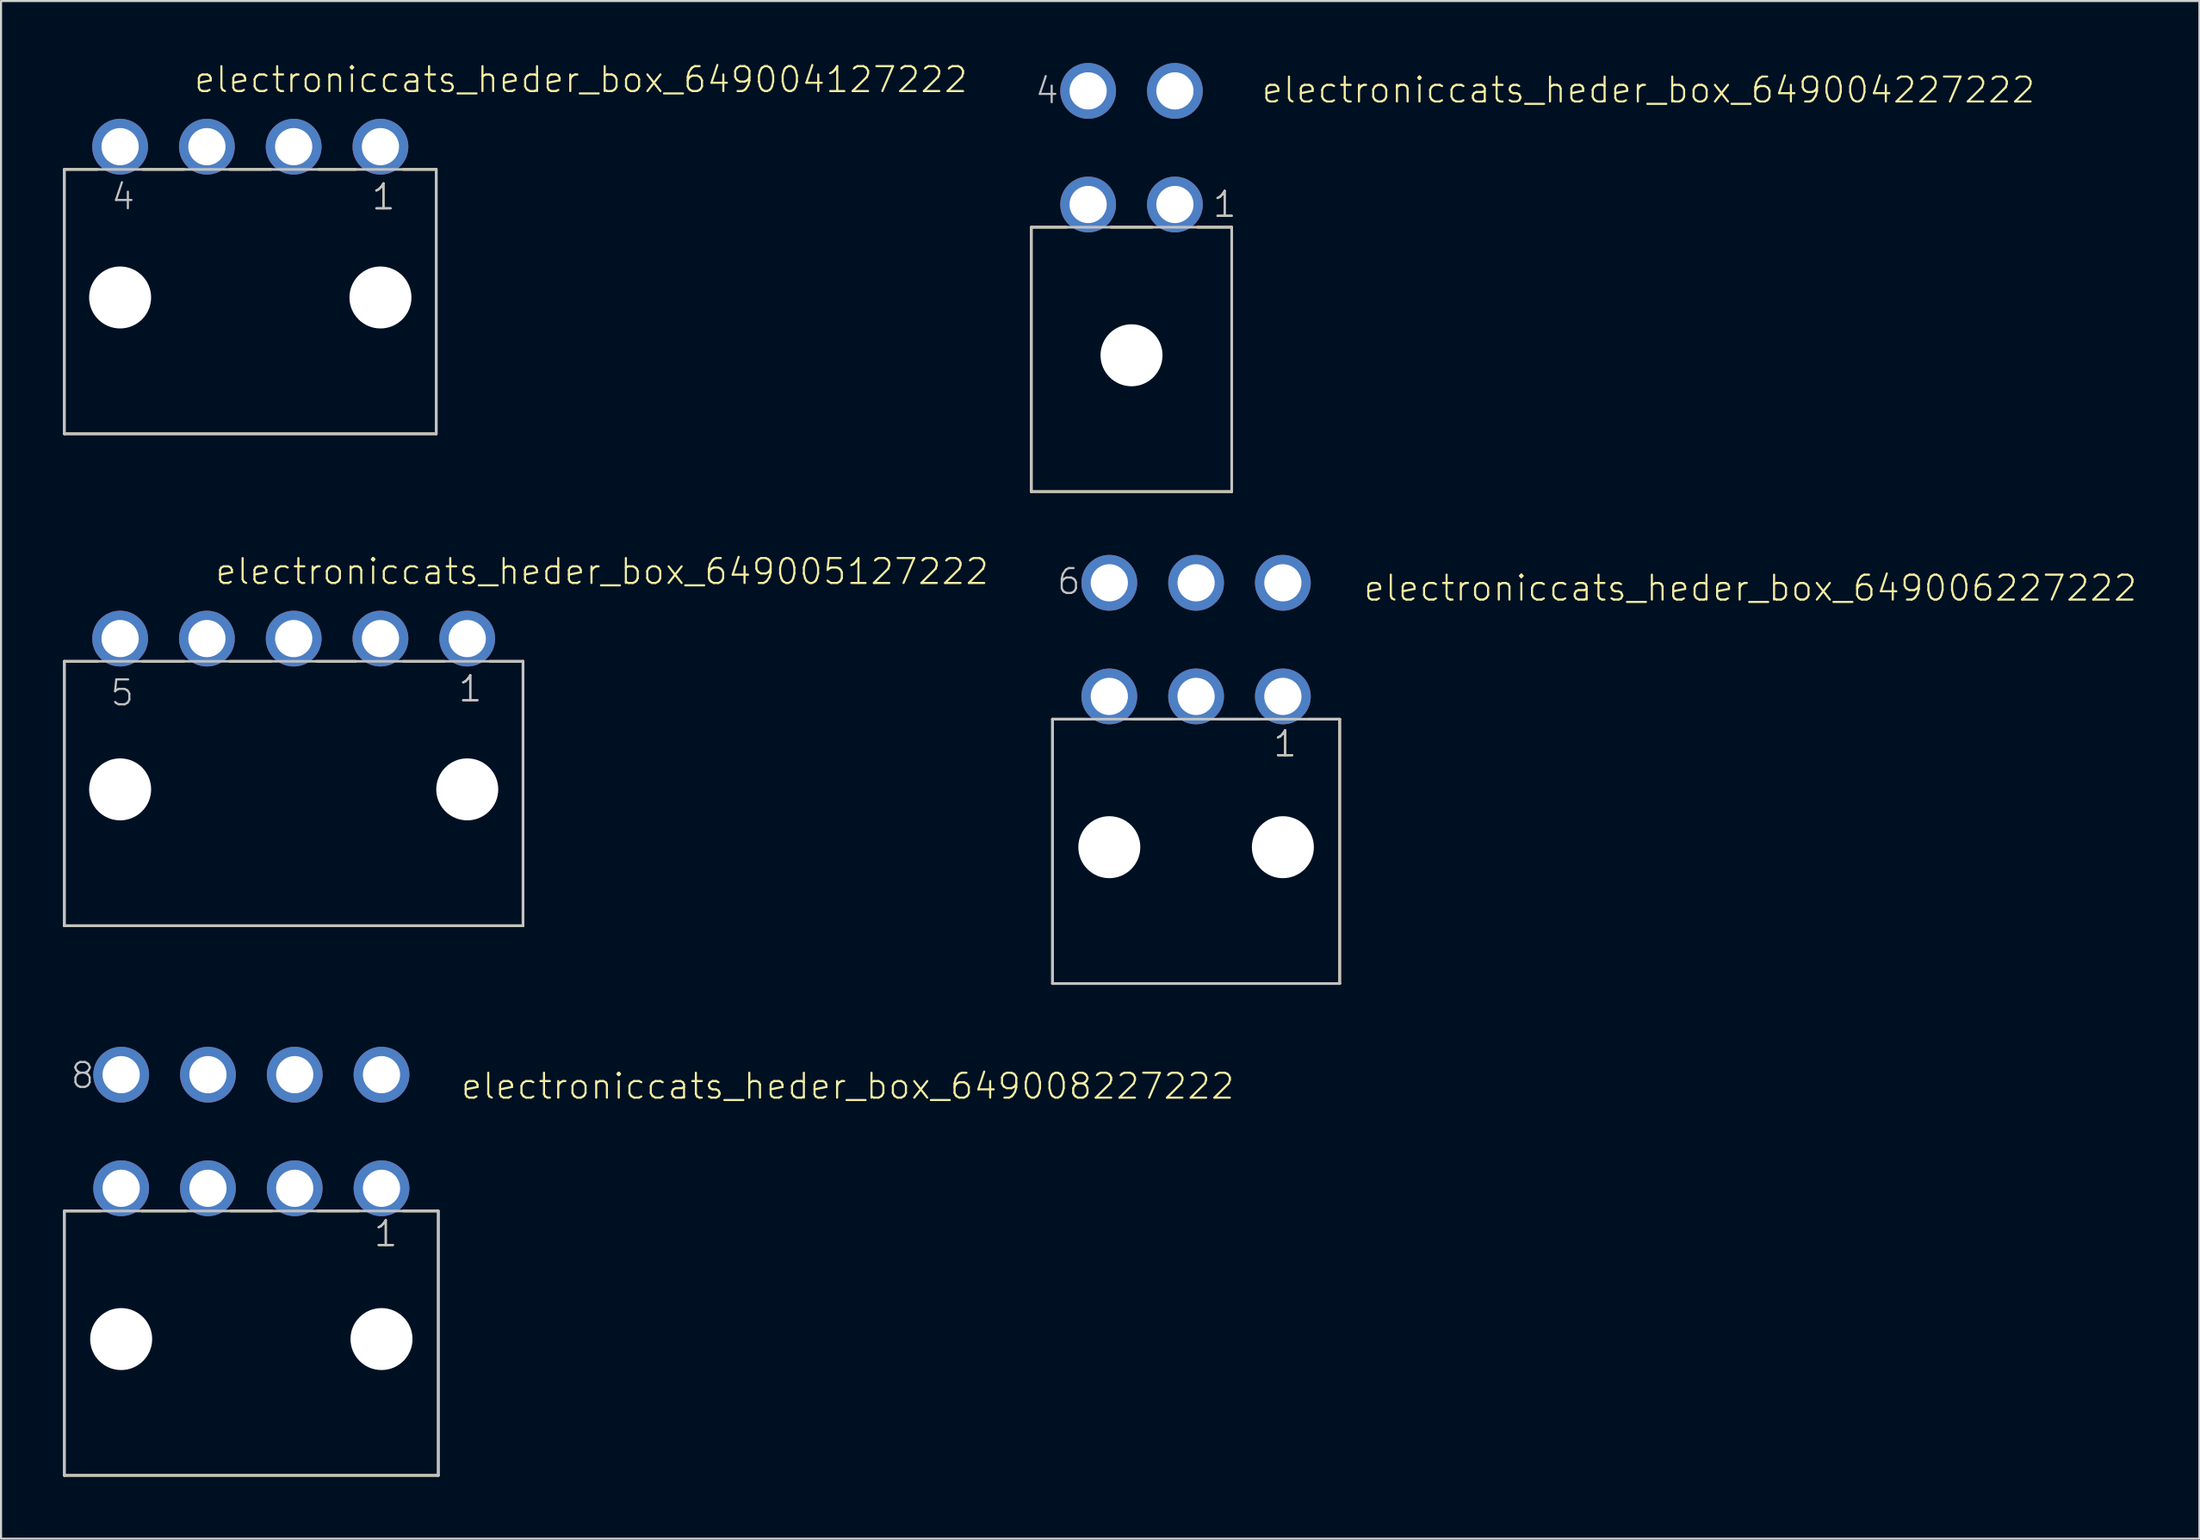
<source format=kicad_pcb>
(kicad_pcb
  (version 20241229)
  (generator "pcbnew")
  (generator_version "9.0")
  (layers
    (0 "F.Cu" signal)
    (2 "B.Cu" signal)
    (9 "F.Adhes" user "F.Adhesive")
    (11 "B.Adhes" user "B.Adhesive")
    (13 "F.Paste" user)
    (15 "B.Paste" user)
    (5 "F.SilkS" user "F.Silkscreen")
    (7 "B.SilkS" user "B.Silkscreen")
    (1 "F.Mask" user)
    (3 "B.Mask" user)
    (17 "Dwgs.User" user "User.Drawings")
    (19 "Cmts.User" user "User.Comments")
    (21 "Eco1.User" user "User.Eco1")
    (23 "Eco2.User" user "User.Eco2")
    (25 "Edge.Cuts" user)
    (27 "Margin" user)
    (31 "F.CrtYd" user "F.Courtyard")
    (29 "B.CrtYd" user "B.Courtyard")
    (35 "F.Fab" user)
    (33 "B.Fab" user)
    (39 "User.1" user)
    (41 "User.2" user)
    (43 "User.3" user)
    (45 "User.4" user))
  (footprint "electroniccats_heder_box_649004227222"
    (layer "F.Cu")
    (at 51.714 14.15)
    (property "Reference" "electroniccats_heder_box_649004227222" (at 6.232 -12.135 0) (layer "F.SilkS") (effects (font (size 1.206 1.206) (thickness 0.102)) (justify left bottom)))
    (attr through_hole)
    (fp_line (start -4.85 -6.2) (end -3.15 -6.2) (stroke (width 0.127) (type solid)) (layer "F.SilkS"))
    (fp_line (start -4.85 6.6) (end -4.85 -6.2) (stroke (width 0.127) (type solid)) (layer "F.SilkS"))
    (fp_line (start -1 -6.2) (end 1 -6.2) (stroke (width 0.127) (type solid)) (layer "F.SilkS"))
    (fp_line (start 3.2 -6.2) (end 4.85 -6.2) (stroke (width 0.127) (type solid)) (layer "F.SilkS"))
    (fp_line (start 4.85 -6.2) (end 4.85 6.6) (stroke (width 0.127) (type solid)) (layer "F.SilkS"))
    (fp_line (start 4.85 6.6) (end -4.85 6.6) (stroke (width 0.127) (type solid)) (layer "F.SilkS"))
    (fp_line (start -4.85 -6.2) (end 4.85 -6.2) (stroke (width 0.127) (type solid)) (layer "Dwgs.User"))
    (fp_line (start -4.85 6.6) (end -4.85 -6.2) (stroke (width 0.127) (type solid)) (layer "Dwgs.User"))
    (fp_line (start 4.85 -6.2) (end 4.85 6.6) (stroke (width 0.127) (type solid)) (layer "Dwgs.User"))
    (fp_line (start 4.85 6.6) (end -4.85 6.6) (stroke (width 0.127) (type solid)) (layer "Dwgs.User"))
    (fp_text user "1" (at 3.865 -6.6 0) (layer "F.SilkS") (effects (font (size 1.206 1.206) (thickness 0.102)) (justify left bottom)))
    (fp_text user "1" (at 3.865 -6.6 0) (layer "Dwgs.User") (effects (font (size 1.206 1.206) (thickness 0.102)) (justify left bottom)))
    (fp_text user "4" (at -4.735 -12.1 0) (layer "Dwgs.User") (effects (font (size 1.206 1.206) (thickness 0.102)) (justify left bottom)))
    (pad "" np_thru_hole circle (at 0 0) (size 3 3) (drill 3) (layers "*.Cu"))
    (pad "1" thru_hole circle (at 2.1 -7.3) (size 2.7 2.7) (drill 1.8) (layers "*.Cu" "*.Mask"))
    (pad "2" thru_hole circle (at -2.1 -7.3) (size 2.7 2.7) (drill 1.8) (layers "*.Cu" "*.Mask"))
    (pad "3" thru_hole circle (at 2.1 -12.8) (size 2.7 2.7) (drill 1.8) (layers "*.Cu" "*.Mask"))
    (pad "4" thru_hole circle (at -2.1 -12.8) (size 2.7 2.7) (drill 1.8) (layers "*.Cu" "*.Mask")))
  (footprint "electroniccats_heder_box_649004127222"
    (layer "F.Cu")
    (at 9.063 11.351)
    (property "Reference" "electroniccats_heder_box_649004127222" (at -2.785 -9.84 0) (layer "F.SilkS") (effects (font (size 1.206 1.206) (thickness 0.102)) (justify left bottom)))
    (attr through_hole)
    (fp_line (start -9 -6.2) (end -7.4 -6.2) (stroke (width 0.127) (type solid)) (layer "F.SilkS"))
    (fp_line (start -9 6.6) (end -9 -6.2) (stroke (width 0.127) (type solid)) (layer "F.SilkS"))
    (fp_line (start -5.2 -6.2) (end -3.2 -6.2) (stroke (width 0.127) (type solid)) (layer "F.SilkS"))
    (fp_line (start -1 -6.2) (end 1 -6.2) (stroke (width 0.127) (type solid)) (layer "F.SilkS"))
    (fp_line (start 3.3 -6.2) (end 5.1 -6.2) (stroke (width 0.127) (type solid)) (layer "F.SilkS"))
    (fp_line (start 7.4 -6.2) (end 9 -6.2) (stroke (width 0.127) (type solid)) (layer "F.SilkS"))
    (fp_line (start 9 -6.2) (end 9 6.6) (stroke (width 0.127) (type solid)) (layer "F.SilkS"))
    (fp_line (start 9 6.6) (end -9 6.6) (stroke (width 0.127) (type solid)) (layer "F.SilkS"))
    (fp_line (start -9 -6.2) (end 9 -6.2) (stroke (width 0.127) (type solid)) (layer "Dwgs.User"))
    (fp_line (start -9 6.6) (end -9 -6.2) (stroke (width 0.127) (type solid)) (layer "Dwgs.User"))
    (fp_line (start 9 -6.2) (end 9 6.6) (stroke (width 0.127) (type solid)) (layer "Dwgs.User"))
    (fp_line (start 9 6.6) (end -9 6.6) (stroke (width 0.127) (type solid)) (layer "Dwgs.User"))
    (fp_text user "1" (at 5.805 -4.165 0) (layer "F.SilkS") (effects (font (size 1.206 1.206) (thickness 0.102)) (justify left bottom)))
    (fp_text user "4" (at -6.795 -4.165 0) (layer "Dwgs.User") (effects (font (size 1.206 1.206) (thickness 0.102)) (justify left bottom)))
    (fp_text user "1" (at 5.805 -4.165 0) (layer "Dwgs.User") (effects (font (size 1.206 1.206) (thickness 0.102)) (justify left bottom)))
    (pad "" np_thru_hole circle (at -6.3 0) (size 3 3) (drill 3) (layers "*.Cu"))
    (pad "" np_thru_hole circle (at 6.3 0) (size 3 3) (drill 3) (layers "*.Cu"))
    (pad "1" thru_hole circle (at 6.3 -7.3) (size 2.7 2.7) (drill 1.8) (layers "*.Cu" "*.Mask"))
    (pad "2" thru_hole circle (at 2.1 -7.3) (size 2.7 2.7) (drill 1.8) (layers "*.Cu" "*.Mask"))
    (pad "3" thru_hole circle (at -2.1 -7.3) (size 2.7 2.7) (drill 1.8) (layers "*.Cu" "*.Mask"))
    (pad "4" thru_hole circle (at -6.3 -7.3) (size 2.7 2.7) (drill 1.8) (layers "*.Cu" "*.Mask")))
  (footprint "electroniccats_heder_box_649008227222"
    (layer "F.Cu")
    (at 9.114 61.777)
    (property "Reference" "electroniccats_heder_box_649008227222" (at 10.078 -11.535 0) (layer "F.SilkS") (effects (font (size 1.206 1.206) (thickness 0.102)) (justify left bottom)))
    (attr through_hole)
    (fp_line (start -9.05 -6.2) (end -7.3 -6.2) (stroke (width 0.127) (type solid)) (layer "F.SilkS"))
    (fp_line (start -9.05 6.6) (end -9.05 -6.2) (stroke (width 0.127) (type solid)) (layer "F.SilkS"))
    (fp_line (start -5.3 -6.2) (end -3.15 -6.2) (stroke (width 0.127) (type solid)) (layer "F.SilkS"))
    (fp_line (start -1 -6.2) (end 1 -6.2) (stroke (width 0.127) (type solid)) (layer "F.SilkS"))
    (fp_line (start 3.2 -6.2) (end 5.2 -6.2) (stroke (width 0.127) (type solid)) (layer "F.SilkS"))
    (fp_line (start 7.35 -6.2) (end 9 -6.2) (stroke (width 0.127) (type solid)) (layer "F.SilkS"))
    (fp_line (start 9.05 -6.2) (end 9.05 6.6) (stroke (width 0.127) (type solid)) (layer "F.SilkS"))
    (fp_line (start 9.05 6.6) (end -9.05 6.6) (stroke (width 0.127) (type solid)) (layer "F.SilkS"))
    (fp_line (start -9.05 -6.2) (end 9.05 -6.2) (stroke (width 0.127) (type solid)) (layer "Dwgs.User"))
    (fp_line (start -9.05 6.6) (end -9.05 -6.2) (stroke (width 0.127) (type solid)) (layer "Dwgs.User"))
    (fp_line (start 9.05 -6.2) (end 9.05 6.6) (stroke (width 0.127) (type solid)) (layer "Dwgs.User"))
    (fp_line (start 9.05 6.6) (end -9.05 6.6) (stroke (width 0.127) (type solid)) (layer "Dwgs.User"))
    (fp_text user "1" (at 5.865 -4.4 0) (layer "F.SilkS") (effects (font (size 1.206 1.206) (thickness 0.102)) (justify left bottom)))
    (fp_text user "1" (at 5.865 -4.4 0) (layer "Dwgs.User") (effects (font (size 1.206 1.206) (thickness 0.102)) (justify left bottom)))
    (fp_text user "8" (at -8.81 -12.055 0) (layer "Dwgs.User") (effects (font (size 1.206 1.206) (thickness 0.102)) (justify left bottom)))
    (pad "" np_thru_hole circle (at -6.3 0) (size 3 3) (drill 3) (layers "*.Cu"))
    (pad "" np_thru_hole circle (at 6.3 0) (size 3 3) (drill 3) (layers "*.Cu"))
    (pad "1" thru_hole circle (at 6.3 -7.3) (size 2.7 2.7) (drill 1.8) (layers "*.Cu" "*.Mask"))
    (pad "2" thru_hole circle (at 2.1 -7.3) (size 2.7 2.7) (drill 1.8) (layers "*.Cu" "*.Mask"))
    (pad "3" thru_hole circle (at -2.1 -7.3) (size 2.7 2.7) (drill 1.8) (layers "*.Cu" "*.Mask"))
    (pad "4" thru_hole circle (at -6.3 -7.3) (size 2.7 2.7) (drill 1.8) (layers "*.Cu" "*.Mask"))
    (pad "5" thru_hole circle (at 6.3 -12.8) (size 2.7 2.7) (drill 1.8) (layers "*.Cu" "*.Mask"))
    (pad "6" thru_hole circle (at 2.1 -12.8) (size 2.7 2.7) (drill 1.8) (layers "*.Cu" "*.Mask"))
    (pad "7" thru_hole circle (at -2.1 -12.8) (size 2.7 2.7) (drill 1.8) (layers "*.Cu" "*.Mask"))
    (pad "8" thru_hole circle (at -6.3 -12.8) (size 2.7 2.7) (drill 1.8) (layers "*.Cu" "*.Mask")))
  (footprint "electroniccats_heder_box_649006227222"
    (layer "F.Cu")
    (at 54.839 37.964)
    (property "Reference" "electroniccats_heder_box_649006227222" (at 8.037 -11.835 0) (layer "F.SilkS") (effects (font (size 1.206 1.206) (thickness 0.102)) (justify left bottom)))
    (attr through_hole)
    (fp_line (start -6.95 -6.2) (end -5.3 -6.2) (stroke (width 0.127) (type solid)) (layer "F.SilkS"))
    (fp_line (start -6.95 6.6) (end -6.95 -6.2) (stroke (width 0.127) (type solid)) (layer "F.SilkS"))
    (fp_line (start -3.05 -6.2) (end -1.15 -6.2) (stroke (width 0.127) (type solid)) (layer "F.SilkS"))
    (fp_line (start 1.15 -6.2) (end 3 -6.2) (stroke (width 0.127) (type solid)) (layer "F.SilkS"))
    (fp_line (start 5.4 -6.2) (end 6.95 -6.2) (stroke (width 0.127) (type solid)) (layer "F.SilkS"))
    (fp_line (start 6.95 -6.2) (end 6.95 6.6) (stroke (width 0.127) (type solid)) (layer "F.SilkS"))
    (fp_line (start 6.95 6.6) (end -6.95 6.6) (stroke (width 0.127) (type solid)) (layer "F.SilkS"))
    (fp_line (start -6.95 -6.2) (end 6.95 -6.2) (stroke (width 0.127) (type solid)) (layer "Dwgs.User"))
    (fp_line (start -6.95 6.6) (end -6.95 -6.2) (stroke (width 0.127) (type solid)) (layer "Dwgs.User"))
    (fp_line (start 6.95 -6.2) (end 6.95 6.6) (stroke (width 0.127) (type solid)) (layer "Dwgs.User"))
    (fp_line (start 6.95 6.6) (end -6.95 6.6) (stroke (width 0.127) (type solid)) (layer "Dwgs.User"))
    (fp_text user "1" (at 3.665 -4.3 0) (layer "F.SilkS") (effects (font (size 1.206 1.206) (thickness 0.102)) (justify left bottom)))
    (fp_text user "1" (at 3.665 -4.3 0) (layer "Dwgs.User") (effects (font (size 1.206 1.206) (thickness 0.102)) (justify left bottom)))
    (fp_text user "6" (at -6.8 -12.155 0) (layer "Dwgs.User") (effects (font (size 1.206 1.206) (thickness 0.102)) (justify left bottom)))
    (pad "" np_thru_hole circle (at -4.2 0) (size 3 3) (drill 3) (layers "*.Cu"))
    (pad "" np_thru_hole circle (at 4.2 0) (size 3 3) (drill 3) (layers "*.Cu"))
    (pad "1" thru_hole circle (at 4.2 -7.3) (size 2.7 2.7) (drill 1.8) (layers "*.Cu" "*.Mask"))
    (pad "2" thru_hole circle (at 0 -7.3) (size 2.7 2.7) (drill 1.8) (layers "*.Cu" "*.Mask"))
    (pad "3" thru_hole circle (at -4.2 -7.3) (size 2.7 2.7) (drill 1.8) (layers "*.Cu" "*.Mask"))
    (pad "4" thru_hole circle (at 4.2 -12.8) (size 2.7 2.7) (drill 1.8) (layers "*.Cu" "*.Mask"))
    (pad "5" thru_hole circle (at 0 -12.8) (size 2.7 2.7) (drill 1.8) (layers "*.Cu" "*.Mask"))
    (pad "6" thru_hole circle (at -4.2 -12.8) (size 2.7 2.7) (drill 1.8) (layers "*.Cu" "*.Mask")))
  (footprint "electroniccats_heder_box_649005127222"
    (layer "F.Cu")
    (at 11.164 35.165)
    (property "Reference" "electroniccats_heder_box_649005127222" (at -3.86 -9.84 0) (layer "F.SilkS") (effects (font (size 1.206 1.206) (thickness 0.102)) (justify left bottom)))
    (attr through_hole)
    (fp_line (start -11.1 -6.2) (end -9.5 -6.2) (stroke (width 0.127) (type solid)) (layer "F.SilkS"))
    (fp_line (start -11.1 6.6) (end -11.1 -6.2) (stroke (width 0.127) (type solid)) (layer "F.SilkS"))
    (fp_line (start -7.3 -6.2) (end -5.3 -6.2) (stroke (width 0.127) (type solid)) (layer "F.SilkS"))
    (fp_line (start -3.1 -6.2) (end -1.1 -6.2) (stroke (width 0.127) (type solid)) (layer "F.SilkS"))
    (fp_line (start 1.1 -6.2) (end 3 -6.2) (stroke (width 0.127) (type solid)) (layer "F.SilkS"))
    (fp_line (start 5.3 -6.2) (end 7.3 -6.2) (stroke (width 0.127) (type solid)) (layer "F.SilkS"))
    (fp_line (start 9.5 -6.2) (end 11.1 -6.2) (stroke (width 0.127) (type solid)) (layer "F.SilkS"))
    (fp_line (start 11.1 -6.2) (end 11.1 6.6) (stroke (width 0.127) (type solid)) (layer "F.SilkS"))
    (fp_line (start 11.1 6.6) (end -11.1 6.6) (stroke (width 0.127) (type solid)) (layer "F.SilkS"))
    (fp_line (start -11.1 -6.2) (end 11.1 -6.2) (stroke (width 0.127) (type solid)) (layer "Dwgs.User"))
    (fp_line (start -11.1 6.6) (end -11.1 -6.2) (stroke (width 0.127) (type solid)) (layer "Dwgs.User"))
    (fp_line (start 11.1 -6.2) (end 11.1 6.6) (stroke (width 0.127) (type solid)) (layer "Dwgs.User"))
    (fp_line (start 11.1 6.6) (end -11.1 6.6) (stroke (width 0.127) (type solid)) (layer "Dwgs.User"))
    (fp_text user "1" (at 7.905 -4.165 0) (layer "F.SilkS") (effects (font (size 1.206 1.206) (thickness 0.102)) (justify left bottom)))
    (fp_text user "5" (at -8.94 -3.965 0) (layer "Dwgs.User") (effects (font (size 1.206 1.206) (thickness 0.102)) (justify left bottom)))
    (fp_text user "1" (at 7.905 -4.165 0) (layer "Dwgs.User") (effects (font (size 1.206 1.206) (thickness 0.102)) (justify left bottom)))
    (pad "" np_thru_hole circle (at -8.4 0) (size 3 3) (drill 3) (layers "*.Cu"))
    (pad "" np_thru_hole circle (at 8.4 0) (size 3 3) (drill 3) (layers "*.Cu"))
    (pad "1" thru_hole circle (at 8.4 -7.3) (size 2.7 2.7) (drill 1.8) (layers "*.Cu" "*.Mask"))
    (pad "2" thru_hole circle (at 4.2 -7.3) (size 2.7 2.7) (drill 1.8) (layers "*.Cu" "*.Mask"))
    (pad "3" thru_hole circle (at 0 -7.3) (size 2.7 2.7) (drill 1.8) (layers "*.Cu" "*.Mask"))
    (pad "4" thru_hole circle (at -4.2 -7.3) (size 2.7 2.7) (drill 1.8) (layers "*.Cu" "*.Mask"))
    (pad "5" thru_hole circle (at -8.4 -7.3) (size 2.7 2.7) (drill 1.8) (layers "*.Cu" "*.Mask")))
  (gr_rect
    (start -3 -3)
    (end 103.399 71.441)
    (stroke (width 0.1) (type default))
    (fill no)
    (layer "Edge.Cuts")))
</source>
